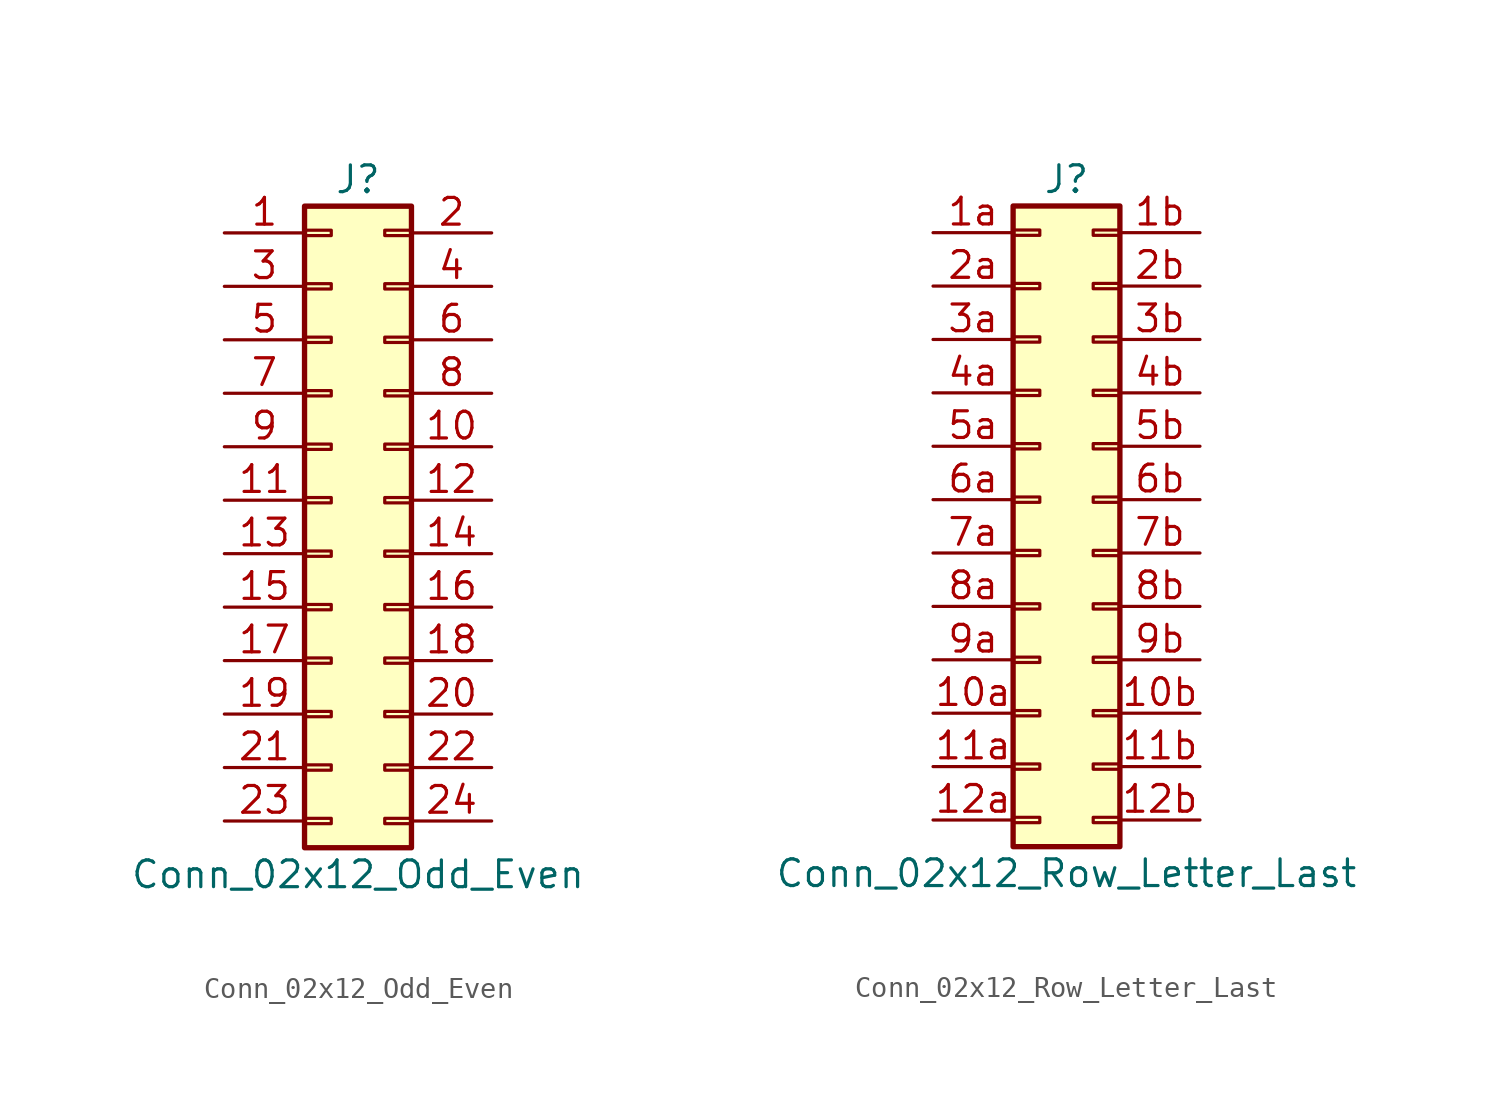
<source format=kicad_sym>
(kicad_symbol_lib
  (version 20211014)
  (generator kicad_symbol_editor)
  (symbol "Conn_02x12_Odd_Even"
    (pin_names
      (offset 1.016) hide)
    (property "Reference" "J"
      (at 1.27 15.24 0)
      (effects (font (size 1.27 1.27))))
    (property "Value" "Conn_02x12_Odd_Even"
      (at 1.27 -17.78 0)
      (effects (font (size 1.27 1.27))))
    (symbol "Conn_02x12_Odd_Even_1_1"
      (rectangle (start -1.27 -15.113) (end 0 -15.367) (stroke (width 0.152) (type default) (color 0 0 0 0)) (fill (type none)))
      (rectangle (start -1.27 -12.573) (end 0 -12.827) (stroke (width 0.152) (type default) (color 0 0 0 0)) (fill (type none)))
      (rectangle (start -1.27 -10.033) (end 0 -10.287) (stroke (width 0.152) (type default) (color 0 0 0 0)) (fill (type none)))
      (rectangle (start -1.27 -7.493) (end 0 -7.747) (stroke (width 0.152) (type default) (color 0 0 0 0)) (fill (type none)))
      (rectangle (start -1.27 -4.953) (end 0 -5.207) (stroke (width 0.152) (type default) (color 0 0 0 0)) (fill (type none)))
      (rectangle (start -1.27 -2.413) (end 0 -2.667) (stroke (width 0.152) (type default) (color 0 0 0 0)) (fill (type none)))
      (rectangle (start -1.27 0.127) (end 0 -0.127) (stroke (width 0.152) (type default) (color 0 0 0 0)) (fill (type none)))
      (rectangle (start -1.27 2.667) (end 0 2.413) (stroke (width 0.152) (type default) (color 0 0 0 0)) (fill (type none)))
      (rectangle (start -1.27 5.207) (end 0 4.953) (stroke (width 0.152) (type default) (color 0 0 0 0)) (fill (type none)))
      (rectangle (start -1.27 7.747) (end 0 7.493) (stroke (width 0.152) (type default) (color 0 0 0 0)) (fill (type none)))
      (rectangle (start -1.27 10.287) (end 0 10.033) (stroke (width 0.152) (type default) (color 0 0 0 0)) (fill (type none)))
      (rectangle (start -1.27 12.827) (end 0 12.573) (stroke (width 0.152) (type default) (color 0 0 0 0)) (fill (type none)))
      (rectangle (start -1.27 13.97) (end 3.81 -16.51) (stroke (width 0.254) (type default) (color 0 0 0 0)) (fill (type background)))
      (rectangle (start 3.81 -15.113) (end 2.54 -15.367) (stroke (width 0.152) (type default) (color 0 0 0 0)) (fill (type none)))
      (rectangle (start 3.81 -12.573) (end 2.54 -12.827) (stroke (width 0.152) (type default) (color 0 0 0 0)) (fill (type none)))
      (rectangle (start 3.81 -10.033) (end 2.54 -10.287) (stroke (width 0.152) (type default) (color 0 0 0 0)) (fill (type none)))
      (rectangle (start 3.81 -7.493) (end 2.54 -7.747) (stroke (width 0.152) (type default) (color 0 0 0 0)) (fill (type none)))
      (rectangle (start 3.81 -4.953) (end 2.54 -5.207) (stroke (width 0.152) (type default) (color 0 0 0 0)) (fill (type none)))
      (rectangle (start 3.81 -2.413) (end 2.54 -2.667) (stroke (width 0.152) (type default) (color 0 0 0 0)) (fill (type none)))
      (rectangle (start 3.81 0.127) (end 2.54 -0.127) (stroke (width 0.152) (type default) (color 0 0 0 0)) (fill (type none)))
      (rectangle (start 3.81 2.667) (end 2.54 2.413) (stroke (width 0.152) (type default) (color 0 0 0 0)) (fill (type none)))
      (rectangle (start 3.81 5.207) (end 2.54 4.953) (stroke (width 0.152) (type default) (color 0 0 0 0)) (fill (type none)))
      (rectangle (start 3.81 7.747) (end 2.54 7.493) (stroke (width 0.152) (type default) (color 0 0 0 0)) (fill (type none)))
      (rectangle (start 3.81 10.287) (end 2.54 10.033) (stroke (width 0.152) (type default) (color 0 0 0 0)) (fill (type none)))
      (rectangle (start 3.81 12.827) (end 2.54 12.573) (stroke (width 0.152) (type default) (color 0 0 0 0)) (fill (type none)))
      (pin passive line (at -5.08 12.7 0) (length 3.81) (name "Pin_1" (effects (font (size 1.27 1.27)))) (number "1" (effects (font (size 1.27 1.27)))))
      (pin passive line (at 7.62 2.54 180) (length 3.81) (name "Pin_10" (effects (font (size 1.27 1.27)))) (number "10" (effects (font (size 1.27 1.27)))))
      (pin passive line (at -5.08 0 0) (length 3.81) (name "Pin_11" (effects (font (size 1.27 1.27)))) (number "11" (effects (font (size 1.27 1.27)))))
      (pin passive line (at 7.62 0 180) (length 3.81) (name "Pin_12" (effects (font (size 1.27 1.27)))) (number "12" (effects (font (size 1.27 1.27)))))
      (pin passive line (at -5.08 -2.54 0) (length 3.81) (name "Pin_13" (effects (font (size 1.27 1.27)))) (number "13" (effects (font (size 1.27 1.27)))))
      (pin passive line (at 7.62 -2.54 180) (length 3.81) (name "Pin_14" (effects (font (size 1.27 1.27)))) (number "14" (effects (font (size 1.27 1.27)))))
      (pin passive line (at -5.08 -5.08 0) (length 3.81) (name "Pin_15" (effects (font (size 1.27 1.27)))) (number "15" (effects (font (size 1.27 1.27)))))
      (pin passive line (at 7.62 -5.08 180) (length 3.81) (name "Pin_16" (effects (font (size 1.27 1.27)))) (number "16" (effects (font (size 1.27 1.27)))))
      (pin passive line (at -5.08 -7.62 0) (length 3.81) (name "Pin_17" (effects (font (size 1.27 1.27)))) (number "17" (effects (font (size 1.27 1.27)))))
      (pin passive line (at 7.62 -7.62 180) (length 3.81) (name "Pin_18" (effects (font (size 1.27 1.27)))) (number "18" (effects (font (size 1.27 1.27)))))
      (pin passive line (at -5.08 -10.16 0) (length 3.81) (name "Pin_19" (effects (font (size 1.27 1.27)))) (number "19" (effects (font (size 1.27 1.27)))))
      (pin passive line (at 7.62 12.7 180) (length 3.81) (name "Pin_2" (effects (font (size 1.27 1.27)))) (number "2" (effects (font (size 1.27 1.27)))))
      (pin passive line (at 7.62 -10.16 180) (length 3.81) (name "Pin_20" (effects (font (size 1.27 1.27)))) (number "20" (effects (font (size 1.27 1.27)))))
      (pin passive line (at -5.08 -12.7 0) (length 3.81) (name "Pin_21" (effects (font (size 1.27 1.27)))) (number "21" (effects (font (size 1.27 1.27)))))
      (pin passive line (at 7.62 -12.7 180) (length 3.81) (name "Pin_22" (effects (font (size 1.27 1.27)))) (number "22" (effects (font (size 1.27 1.27)))))
      (pin passive line (at -5.08 -15.24 0) (length 3.81) (name "Pin_23" (effects (font (size 1.27 1.27)))) (number "23" (effects (font (size 1.27 1.27)))))
      (pin passive line (at 7.62 -15.24 180) (length 3.81) (name "Pin_24" (effects (font (size 1.27 1.27)))) (number "24" (effects (font (size 1.27 1.27)))))
      (pin passive line (at -5.08 10.16 0) (length 3.81) (name "Pin_3" (effects (font (size 1.27 1.27)))) (number "3" (effects (font (size 1.27 1.27)))))
      (pin passive line (at 7.62 10.16 180) (length 3.81) (name "Pin_4" (effects (font (size 1.27 1.27)))) (number "4" (effects (font (size 1.27 1.27)))))
      (pin passive line (at -5.08 7.62 0) (length 3.81) (name "Pin_5" (effects (font (size 1.27 1.27)))) (number "5" (effects (font (size 1.27 1.27)))))
      (pin passive line (at 7.62 7.62 180) (length 3.81) (name "Pin_6" (effects (font (size 1.27 1.27)))) (number "6" (effects (font (size 1.27 1.27)))))
      (pin passive line (at -5.08 5.08 0) (length 3.81) (name "Pin_7" (effects (font (size 1.27 1.27)))) (number "7" (effects (font (size 1.27 1.27)))))
      (pin passive line (at 7.62 5.08 180) (length 3.81) (name "Pin_8" (effects (font (size 1.27 1.27)))) (number "8" (effects (font (size 1.27 1.27)))))
      (pin passive line (at -5.08 2.54 0) (length 3.81) (name "Pin_9" (effects (font (size 1.27 1.27)))) (number "9" (effects (font (size 1.27 1.27)))))))
  (symbol "Conn_02x12_Row_Letter_Last"
    (pin_names
      (offset 1.016) hide)
    (property "Reference" "J"
      (at 1.27 15.24 0)
      (effects (font (size 1.27 1.27))))
    (property "Value" "Conn_02x12_Row_Letter_Last"
      (at 1.27 -17.78 0)
      (effects (font (size 1.27 1.27))))
    (symbol "Conn_02x12_Row_Letter_Last_1_1"
      (rectangle (start -1.27 -15.113) (end 0 -15.367) (stroke (width 0.152) (type default) (color 0 0 0 0)) (fill (type none)))
      (rectangle (start -1.27 -12.573) (end 0 -12.827) (stroke (width 0.152) (type default) (color 0 0 0 0)) (fill (type none)))
      (rectangle (start -1.27 -10.033) (end 0 -10.287) (stroke (width 0.152) (type default) (color 0 0 0 0)) (fill (type none)))
      (rectangle (start -1.27 -7.493) (end 0 -7.747) (stroke (width 0.152) (type default) (color 0 0 0 0)) (fill (type none)))
      (rectangle (start -1.27 -4.953) (end 0 -5.207) (stroke (width 0.152) (type default) (color 0 0 0 0)) (fill (type none)))
      (rectangle (start -1.27 -2.413) (end 0 -2.667) (stroke (width 0.152) (type default) (color 0 0 0 0)) (fill (type none)))
      (rectangle (start -1.27 0.127) (end 0 -0.127) (stroke (width 0.152) (type default) (color 0 0 0 0)) (fill (type none)))
      (rectangle (start -1.27 2.667) (end 0 2.413) (stroke (width 0.152) (type default) (color 0 0 0 0)) (fill (type none)))
      (rectangle (start -1.27 5.207) (end 0 4.953) (stroke (width 0.152) (type default) (color 0 0 0 0)) (fill (type none)))
      (rectangle (start -1.27 7.747) (end 0 7.493) (stroke (width 0.152) (type default) (color 0 0 0 0)) (fill (type none)))
      (rectangle (start -1.27 10.287) (end 0 10.033) (stroke (width 0.152) (type default) (color 0 0 0 0)) (fill (type none)))
      (rectangle (start -1.27 12.827) (end 0 12.573) (stroke (width 0.152) (type default) (color 0 0 0 0)) (fill (type none)))
      (rectangle (start -1.27 13.97) (end 3.81 -16.51) (stroke (width 0.254) (type default) (color 0 0 0 0)) (fill (type background)))
      (rectangle (start 3.81 -15.113) (end 2.54 -15.367) (stroke (width 0.152) (type default) (color 0 0 0 0)) (fill (type none)))
      (rectangle (start 3.81 -12.573) (end 2.54 -12.827) (stroke (width 0.152) (type default) (color 0 0 0 0)) (fill (type none)))
      (rectangle (start 3.81 -10.033) (end 2.54 -10.287) (stroke (width 0.152) (type default) (color 0 0 0 0)) (fill (type none)))
      (rectangle (start 3.81 -7.493) (end 2.54 -7.747) (stroke (width 0.152) (type default) (color 0 0 0 0)) (fill (type none)))
      (rectangle (start 3.81 -4.953) (end 2.54 -5.207) (stroke (width 0.152) (type default) (color 0 0 0 0)) (fill (type none)))
      (rectangle (start 3.81 -2.413) (end 2.54 -2.667) (stroke (width 0.152) (type default) (color 0 0 0 0)) (fill (type none)))
      (rectangle (start 3.81 0.127) (end 2.54 -0.127) (stroke (width 0.152) (type default) (color 0 0 0 0)) (fill (type none)))
      (rectangle (start 3.81 2.667) (end 2.54 2.413) (stroke (width 0.152) (type default) (color 0 0 0 0)) (fill (type none)))
      (rectangle (start 3.81 5.207) (end 2.54 4.953) (stroke (width 0.152) (type default) (color 0 0 0 0)) (fill (type none)))
      (rectangle (start 3.81 7.747) (end 2.54 7.493) (stroke (width 0.152) (type default) (color 0 0 0 0)) (fill (type none)))
      (rectangle (start 3.81 10.287) (end 2.54 10.033) (stroke (width 0.152) (type default) (color 0 0 0 0)) (fill (type none)))
      (rectangle (start 3.81 12.827) (end 2.54 12.573) (stroke (width 0.152) (type default) (color 0 0 0 0)) (fill (type none)))
      (pin passive line (at -5.08 -10.16 0) (length 3.81) (name "Pin_10a" (effects (font (size 1.27 1.27)))) (number "10a" (effects (font (size 1.27 1.27)))))
      (pin passive line (at 7.62 -10.16 180) (length 3.81) (name "Pin_10b" (effects (font (size 1.27 1.27)))) (number "10b" (effects (font (size 1.27 1.27)))))
      (pin passive line (at -5.08 -12.7 0) (length 3.81) (name "Pin_11a" (effects (font (size 1.27 1.27)))) (number "11a" (effects (font (size 1.27 1.27)))))
      (pin passive line (at 7.62 -12.7 180) (length 3.81) (name "Pin_11b" (effects (font (size 1.27 1.27)))) (number "11b" (effects (font (size 1.27 1.27)))))
      (pin passive line (at -5.08 -15.24 0) (length 3.81) (name "Pin_12a" (effects (font (size 1.27 1.27)))) (number "12a" (effects (font (size 1.27 1.27)))))
      (pin passive line (at 7.62 -15.24 180) (length 3.81) (name "Pin_12b" (effects (font (size 1.27 1.27)))) (number "12b" (effects (font (size 1.27 1.27)))))
      (pin passive line (at -5.08 12.7 0) (length 3.81) (name "Pin_1a" (effects (font (size 1.27 1.27)))) (number "1a" (effects (font (size 1.27 1.27)))))
      (pin passive line (at 7.62 12.7 180) (length 3.81) (name "Pin_1b" (effects (font (size 1.27 1.27)))) (number "1b" (effects (font (size 1.27 1.27)))))
      (pin passive line (at -5.08 10.16 0) (length 3.81) (name "Pin_2a" (effects (font (size 1.27 1.27)))) (number "2a" (effects (font (size 1.27 1.27)))))
      (pin passive line (at 7.62 10.16 180) (length 3.81) (name "Pin_2b" (effects (font (size 1.27 1.27)))) (number "2b" (effects (font (size 1.27 1.27)))))
      (pin passive line (at -5.08 7.62 0) (length 3.81) (name "Pin_3a" (effects (font (size 1.27 1.27)))) (number "3a" (effects (font (size 1.27 1.27)))))
      (pin passive line (at 7.62 7.62 180) (length 3.81) (name "Pin_3b" (effects (font (size 1.27 1.27)))) (number "3b" (effects (font (size 1.27 1.27)))))
      (pin passive line (at -5.08 5.08 0) (length 3.81) (name "Pin_4a" (effects (font (size 1.27 1.27)))) (number "4a" (effects (font (size 1.27 1.27)))))
      (pin passive line (at 7.62 5.08 180) (length 3.81) (name "Pin_4b" (effects (font (size 1.27 1.27)))) (number "4b" (effects (font (size 1.27 1.27)))))
      (pin passive line (at -5.08 2.54 0) (length 3.81) (name "Pin_5a" (effects (font (size 1.27 1.27)))) (number "5a" (effects (font (size 1.27 1.27)))))
      (pin passive line (at 7.62 2.54 180) (length 3.81) (name "Pin_5b" (effects (font (size 1.27 1.27)))) (number "5b" (effects (font (size 1.27 1.27)))))
      (pin passive line (at -5.08 0 0) (length 3.81) (name "Pin_6a" (effects (font (size 1.27 1.27)))) (number "6a" (effects (font (size 1.27 1.27)))))
      (pin passive line (at 7.62 0 180) (length 3.81) (name "Pin_6b" (effects (font (size 1.27 1.27)))) (number "6b" (effects (font (size 1.27 1.27)))))
      (pin passive line (at -5.08 -2.54 0) (length 3.81) (name "Pin_7a" (effects (font (size 1.27 1.27)))) (number "7a" (effects (font (size 1.27 1.27)))))
      (pin passive line (at 7.62 -2.54 180) (length 3.81) (name "Pin_7b" (effects (font (size 1.27 1.27)))) (number "7b" (effects (font (size 1.27 1.27)))))
      (pin passive line (at -5.08 -5.08 0) (length 3.81) (name "Pin_8a" (effects (font (size 1.27 1.27)))) (number "8a" (effects (font (size 1.27 1.27)))))
      (pin passive line (at 7.62 -5.08 180) (length 3.81) (name "Pin_8b" (effects (font (size 1.27 1.27)))) (number "8b" (effects (font (size 1.27 1.27)))))
      (pin passive line (at -5.08 -7.62 0) (length 3.81) (name "Pin_9a" (effects (font (size 1.27 1.27)))) (number "9a" (effects (font (size 1.27 1.27)))))
      (pin passive line (at 7.62 -7.62 180) (length 3.81) (name "Pin_9b" (effects (font (size 1.27 1.27)))) (number "9b" (effects (font (size 1.27 1.27))))))))
</source>
